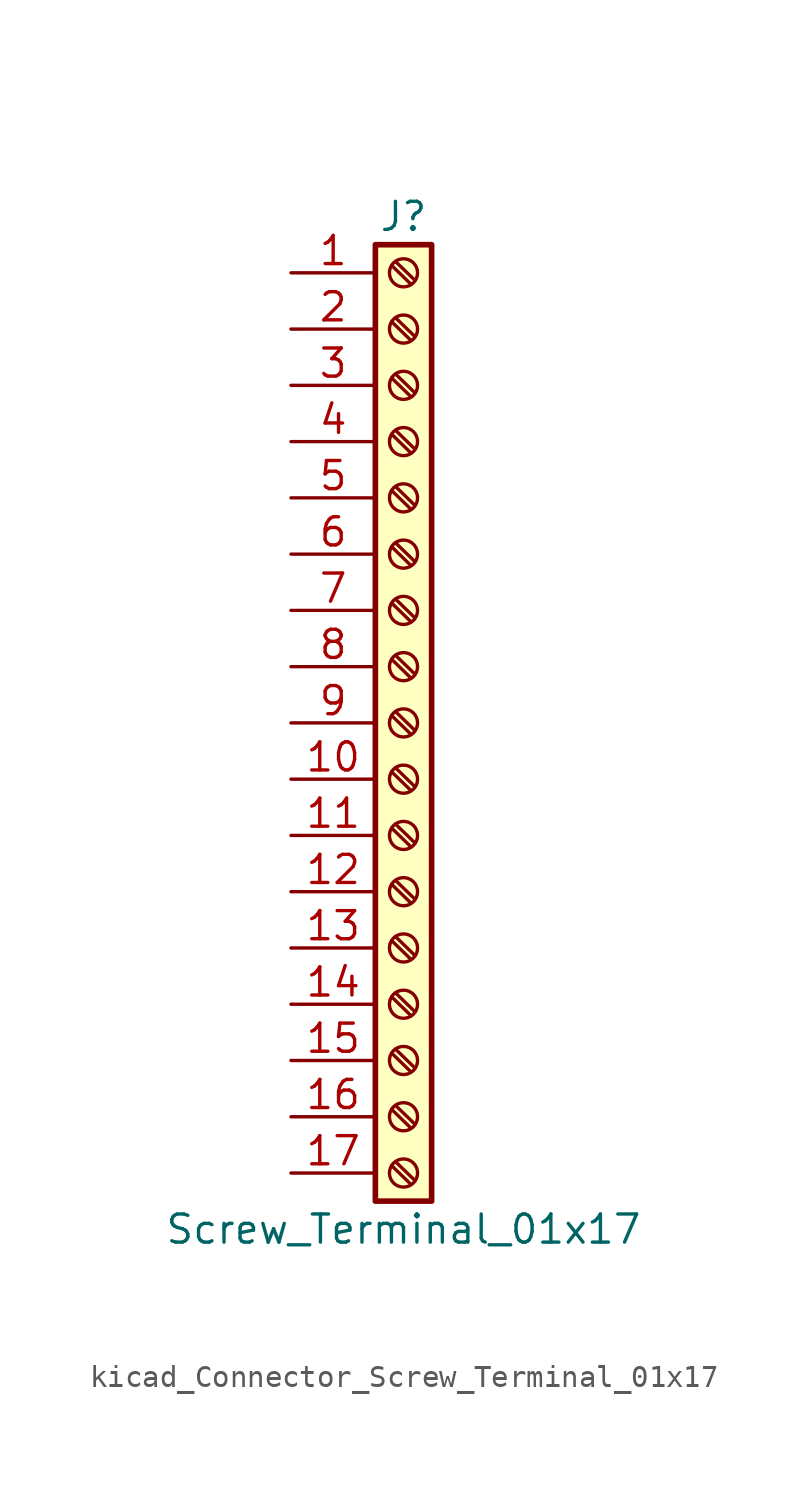
<source format=kicad_sym>
(kicad_symbol_lib
  (version 20220914)
  (generator kicad_symbol_editor)
  (symbol "kicad_Connector_Screw_Terminal_01x17"
    (pin_names
      (offset 1.016) hide)
    (property "Reference" "J"
      (at 0 22.86 0)
      (effects (font (size 1.27 1.27))))
    (property "Value" "Screw_Terminal_01x17"
      (at 0 -22.86 0)
      (effects (font (size 1.27 1.27))))
    (symbol "kicad_Connector_Screw_Terminal_01x17_1_1"
      (rectangle (start -1.27 21.59) (end 1.27 -21.59) (stroke (width 0.254) (type default)) (fill (type background)))
      (circle (center 0 -20.32) (radius 0.635) (stroke (width 0.152) (type default)) (fill (type none)))
      (circle (center 0 -17.78) (radius 0.635) (stroke (width 0.152) (type default)) (fill (type none)))
      (circle (center 0 -15.24) (radius 0.635) (stroke (width 0.152) (type default)) (fill (type none)))
      (circle (center 0 -12.7) (radius 0.635) (stroke (width 0.152) (type default)) (fill (type none)))
      (circle (center 0 -10.16) (radius 0.635) (stroke (width 0.152) (type default)) (fill (type none)))
      (circle (center 0 -7.62) (radius 0.635) (stroke (width 0.152) (type default)) (fill (type none)))
      (circle (center 0 -5.08) (radius 0.635) (stroke (width 0.152) (type default)) (fill (type none)))
      (circle (center 0 -2.54) (radius 0.635) (stroke (width 0.152) (type default)) (fill (type none)))
      (polyline (pts (xy -0.533 -19.99) (xy 0.33 -20.828)) (stroke (width 0.152) (type default)) (fill (type none)))
      (polyline (pts (xy -0.533 -17.45) (xy 0.33 -18.288)) (stroke (width 0.152) (type default)) (fill (type none)))
      (polyline (pts (xy -0.533 -14.91) (xy 0.33 -15.748)) (stroke (width 0.152) (type default)) (fill (type none)))
      (polyline (pts (xy -0.533 -12.37) (xy 0.33 -13.208)) (stroke (width 0.152) (type default)) (fill (type none)))
      (polyline (pts (xy -0.533 -9.83) (xy 0.33 -10.668)) (stroke (width 0.152) (type default)) (fill (type none)))
      (polyline (pts (xy -0.533 -7.29) (xy 0.33 -8.128)) (stroke (width 0.152) (type default)) (fill (type none)))
      (polyline (pts (xy -0.533 -4.75) (xy 0.33 -5.588)) (stroke (width 0.152) (type default)) (fill (type none)))
      (polyline (pts (xy -0.533 -2.21) (xy 0.33 -3.048)) (stroke (width 0.152) (type default)) (fill (type none)))
      (polyline (pts (xy -0.533 0.33) (xy 0.33 -0.508)) (stroke (width 0.152) (type default)) (fill (type none)))
      (polyline (pts (xy -0.533 2.87) (xy 0.33 2.032)) (stroke (width 0.152) (type default)) (fill (type none)))
      (polyline (pts (xy -0.533 5.41) (xy 0.33 4.572)) (stroke (width 0.152) (type default)) (fill (type none)))
      (polyline (pts (xy -0.533 7.95) (xy 0.33 7.112)) (stroke (width 0.152) (type default)) (fill (type none)))
      (polyline (pts (xy -0.533 10.49) (xy 0.33 9.652)) (stroke (width 0.152) (type default)) (fill (type none)))
      (polyline (pts (xy -0.533 13.03) (xy 0.33 12.192)) (stroke (width 0.152) (type default)) (fill (type none)))
      (polyline (pts (xy -0.533 15.57) (xy 0.33 14.732)) (stroke (width 0.152) (type default)) (fill (type none)))
      (polyline (pts (xy -0.533 18.11) (xy 0.33 17.272)) (stroke (width 0.152) (type default)) (fill (type none)))
      (polyline (pts (xy -0.533 20.65) (xy 0.33 19.812)) (stroke (width 0.152) (type default)) (fill (type none)))
      (polyline (pts (xy -0.356 -19.812) (xy 0.508 -20.65)) (stroke (width 0.152) (type default)) (fill (type none)))
      (polyline (pts (xy -0.356 -17.272) (xy 0.508 -18.11)) (stroke (width 0.152) (type default)) (fill (type none)))
      (polyline (pts (xy -0.356 -14.732) (xy 0.508 -15.57)) (stroke (width 0.152) (type default)) (fill (type none)))
      (polyline (pts (xy -0.356 -12.192) (xy 0.508 -13.03)) (stroke (width 0.152) (type default)) (fill (type none)))
      (polyline (pts (xy -0.356 -9.652) (xy 0.508 -10.49)) (stroke (width 0.152) (type default)) (fill (type none)))
      (polyline (pts (xy -0.356 -7.112) (xy 0.508 -7.95)) (stroke (width 0.152) (type default)) (fill (type none)))
      (polyline (pts (xy -0.356 -4.572) (xy 0.508 -5.41)) (stroke (width 0.152) (type default)) (fill (type none)))
      (polyline (pts (xy -0.356 -2.032) (xy 0.508 -2.87)) (stroke (width 0.152) (type default)) (fill (type none)))
      (polyline (pts (xy -0.356 0.508) (xy 0.508 -0.33)) (stroke (width 0.152) (type default)) (fill (type none)))
      (polyline (pts (xy -0.356 3.048) (xy 0.508 2.21)) (stroke (width 0.152) (type default)) (fill (type none)))
      (polyline (pts (xy -0.356 5.588) (xy 0.508 4.75)) (stroke (width 0.152) (type default)) (fill (type none)))
      (polyline (pts (xy -0.356 8.128) (xy 0.508 7.29)) (stroke (width 0.152) (type default)) (fill (type none)))
      (polyline (pts (xy -0.356 10.668) (xy 0.508 9.83)) (stroke (width 0.152) (type default)) (fill (type none)))
      (polyline (pts (xy -0.356 13.208) (xy 0.508 12.37)) (stroke (width 0.152) (type default)) (fill (type none)))
      (polyline (pts (xy -0.356 15.748) (xy 0.508 14.91)) (stroke (width 0.152) (type default)) (fill (type none)))
      (polyline (pts (xy -0.356 18.288) (xy 0.508 17.45)) (stroke (width 0.152) (type default)) (fill (type none)))
      (polyline (pts (xy -0.356 20.828) (xy 0.508 19.99)) (stroke (width 0.152) (type default)) (fill (type none)))
      (circle (center 0 0) (radius 0.635) (stroke (width 0.152) (type default)) (fill (type none)))
      (circle (center 0 2.54) (radius 0.635) (stroke (width 0.152) (type default)) (fill (type none)))
      (circle (center 0 5.08) (radius 0.635) (stroke (width 0.152) (type default)) (fill (type none)))
      (circle (center 0 7.62) (radius 0.635) (stroke (width 0.152) (type default)) (fill (type none)))
      (circle (center 0 10.16) (radius 0.635) (stroke (width 0.152) (type default)) (fill (type none)))
      (circle (center 0 12.7) (radius 0.635) (stroke (width 0.152) (type default)) (fill (type none)))
      (circle (center 0 15.24) (radius 0.635) (stroke (width 0.152) (type default)) (fill (type none)))
      (circle (center 0 17.78) (radius 0.635) (stroke (width 0.152) (type default)) (fill (type none)))
      (circle (center 0 20.32) (radius 0.635) (stroke (width 0.152) (type default)) (fill (type none)))
      (pin passive line (at -5.08 20.32 0) (length 3.81) (name "Pin_1" (effects (font (size 1.27 1.27)))) (number "1" (effects (font (size 1.27 1.27)))))
      (pin passive line (at -5.08 -2.54 0) (length 3.81) (name "Pin_10" (effects (font (size 1.27 1.27)))) (number "10" (effects (font (size 1.27 1.27)))))
      (pin passive line (at -5.08 -5.08 0) (length 3.81) (name "Pin_11" (effects (font (size 1.27 1.27)))) (number "11" (effects (font (size 1.27 1.27)))))
      (pin passive line (at -5.08 -7.62 0) (length 3.81) (name "Pin_12" (effects (font (size 1.27 1.27)))) (number "12" (effects (font (size 1.27 1.27)))))
      (pin passive line (at -5.08 -10.16 0) (length 3.81) (name "Pin_13" (effects (font (size 1.27 1.27)))) (number "13" (effects (font (size 1.27 1.27)))))
      (pin passive line (at -5.08 -12.7 0) (length 3.81) (name "Pin_14" (effects (font (size 1.27 1.27)))) (number "14" (effects (font (size 1.27 1.27)))))
      (pin passive line (at -5.08 -15.24 0) (length 3.81) (name "Pin_15" (effects (font (size 1.27 1.27)))) (number "15" (effects (font (size 1.27 1.27)))))
      (pin passive line (at -5.08 -17.78 0) (length 3.81) (name "Pin_16" (effects (font (size 1.27 1.27)))) (number "16" (effects (font (size 1.27 1.27)))))
      (pin passive line (at -5.08 -20.32 0) (length 3.81) (name "Pin_17" (effects (font (size 1.27 1.27)))) (number "17" (effects (font (size 1.27 1.27)))))
      (pin passive line (at -5.08 17.78 0) (length 3.81) (name "Pin_2" (effects (font (size 1.27 1.27)))) (number "2" (effects (font (size 1.27 1.27)))))
      (pin passive line (at -5.08 15.24 0) (length 3.81) (name "Pin_3" (effects (font (size 1.27 1.27)))) (number "3" (effects (font (size 1.27 1.27)))))
      (pin passive line (at -5.08 12.7 0) (length 3.81) (name "Pin_4" (effects (font (size 1.27 1.27)))) (number "4" (effects (font (size 1.27 1.27)))))
      (pin passive line (at -5.08 10.16 0) (length 3.81) (name "Pin_5" (effects (font (size 1.27 1.27)))) (number "5" (effects (font (size 1.27 1.27)))))
      (pin passive line (at -5.08 7.62 0) (length 3.81) (name "Pin_6" (effects (font (size 1.27 1.27)))) (number "6" (effects (font (size 1.27 1.27)))))
      (pin passive line (at -5.08 5.08 0) (length 3.81) (name "Pin_7" (effects (font (size 1.27 1.27)))) (number "7" (effects (font (size 1.27 1.27)))))
      (pin passive line (at -5.08 2.54 0) (length 3.81) (name "Pin_8" (effects (font (size 1.27 1.27)))) (number "8" (effects (font (size 1.27 1.27)))))
      (pin passive line (at -5.08 0 0) (length 3.81) (name "Pin_9" (effects (font (size 1.27 1.27)))) (number "9" (effects (font (size 1.27 1.27))))))))
</source>
